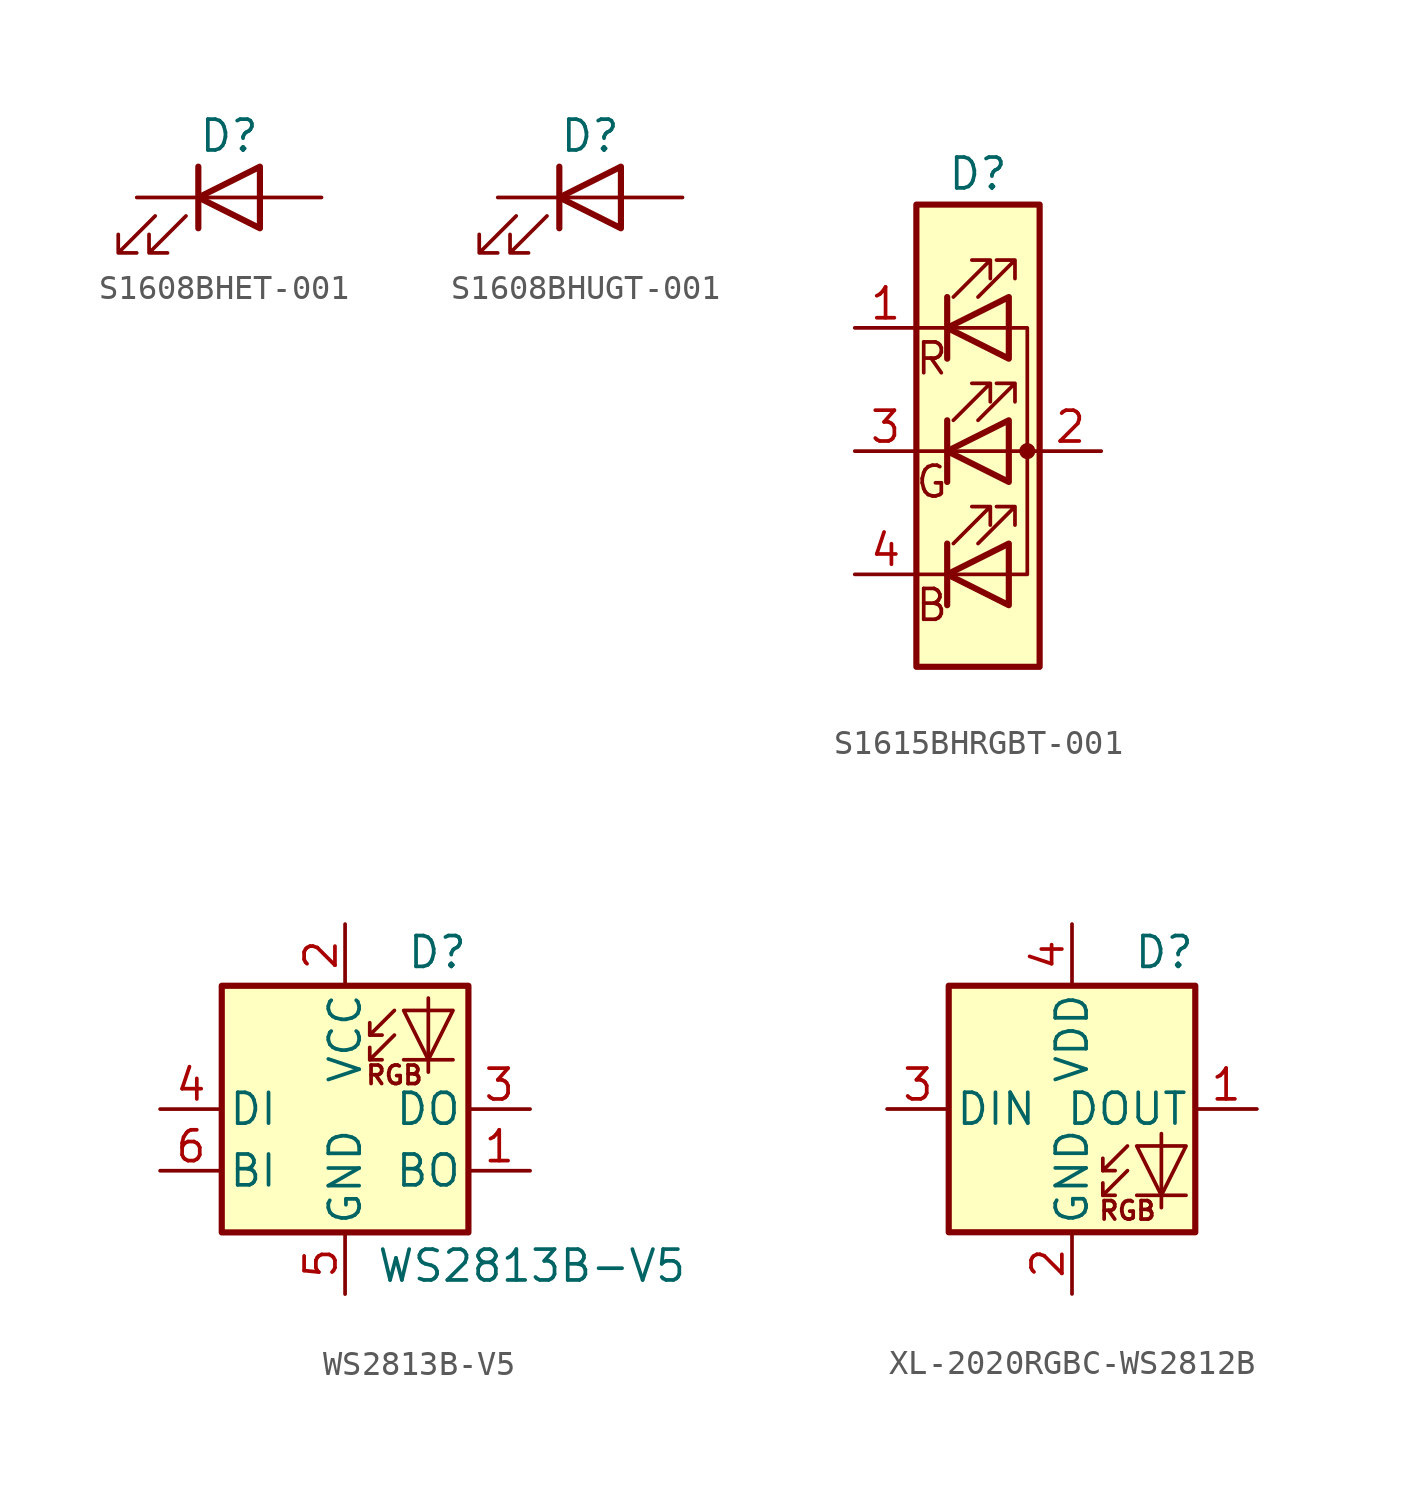
<source format=kicad_sym>
(kicad_symbol_lib
  (version 20231120)
  (generator "kicad_symbol_editor")
  (generator_version "8.0")
  (symbol "S1608BHET-001"
    (pin_numbers hide)
    (pin_names
      (offset 1.016) hide)
    (property "Reference" "D"
      (at 0 2.54 0)
      (effects (font (size 1.27 1.27))))
    (symbol "S1608BHET-001_0_1"
      (polyline (pts (xy -1.27 -1.27) (xy -1.27 1.27)) (stroke (width 0.254) (type default)) (fill (type none)))
      (polyline (pts (xy -1.27 0) (xy 1.27 0)) (stroke (width 0) (type default)) (fill (type none)))
      (polyline (pts (xy 1.27 -1.27) (xy 1.27 1.27) (xy -1.27 0) (xy 1.27 -1.27)) (stroke (width 0.254) (type default)) (fill (type none)))
      (polyline (pts (xy -3.048 -0.762) (xy -4.572 -2.286) (xy -3.81 -2.286) (xy -4.572 -2.286) (xy -4.572 -1.524)) (stroke (width 0) (type default)) (fill (type none)))
      (polyline (pts (xy -1.778 -0.762) (xy -3.302 -2.286) (xy -2.54 -2.286) (xy -3.302 -2.286) (xy -3.302 -1.524)) (stroke (width 0) (type default)) (fill (type none))))
    (symbol "S1608BHET-001_1_1"
      (pin passive line (at -3.81 0 0) (length 2.54) (name "K" (effects (font (size 1.27 1.27)))) (number "1" (effects (font (size 1.27 1.27)))))
      (pin passive line (at 3.81 0 180) (length 2.54) (name "A" (effects (font (size 1.27 1.27)))) (number "2" (effects (font (size 1.27 1.27)))))))
  (symbol "S1608BHUGT-001"
    (pin_numbers hide)
    (pin_names
      (offset 1.016) hide)
    (property "Reference" "D"
      (at 0 2.54 0)
      (effects (font (size 1.27 1.27))))
    (symbol "S1608BHUGT-001_0_1"
      (polyline (pts (xy -1.27 -1.27) (xy -1.27 1.27)) (stroke (width 0.254) (type default)) (fill (type none)))
      (polyline (pts (xy -1.27 0) (xy 1.27 0)) (stroke (width 0) (type default)) (fill (type none)))
      (polyline (pts (xy 1.27 -1.27) (xy 1.27 1.27) (xy -1.27 0) (xy 1.27 -1.27)) (stroke (width 0.254) (type default)) (fill (type none)))
      (polyline (pts (xy -3.048 -0.762) (xy -4.572 -2.286) (xy -3.81 -2.286) (xy -4.572 -2.286) (xy -4.572 -1.524)) (stroke (width 0) (type default)) (fill (type none)))
      (polyline (pts (xy -1.778 -0.762) (xy -3.302 -2.286) (xy -2.54 -2.286) (xy -3.302 -2.286) (xy -3.302 -1.524)) (stroke (width 0) (type default)) (fill (type none))))
    (symbol "S1608BHUGT-001_1_1"
      (pin passive line (at -3.81 0 0) (length 2.54) (name "K" (effects (font (size 1.27 1.27)))) (number "1" (effects (font (size 1.27 1.27)))))
      (pin passive line (at 3.81 0 180) (length 2.54) (name "A" (effects (font (size 1.27 1.27)))) (number "2" (effects (font (size 1.27 1.27)))))))
  (symbol "S1615BHRGBT-001"
    (pin_names
      (offset 0) hide)
    (property "Reference" "D"
      (at 0 11.43 0)
      (effects (font (size 1.27 1.27))))
    (symbol "S1615BHRGBT-001_0_0"
      (text "B" (at -1.905 -6.35 0) (effects (font (size 1.27 1.27))))
      (text "G" (at -1.905 -1.27 0) (effects (font (size 1.27 1.27))))
      (text "R" (at -1.905 3.81 0) (effects (font (size 1.27 1.27)))))
    (symbol "S1615BHRGBT-001_0_1"
      (polyline (pts (xy -2.54 -5.08) (xy 1.27 -5.08)) (stroke (width 0) (type default)) (fill (type none)))
      (polyline (pts (xy -1.27 -3.81) (xy -1.27 -6.35)) (stroke (width 0.254) (type default)) (fill (type none)))
      (polyline (pts (xy -1.27 1.27) (xy -1.27 -1.27)) (stroke (width 0.254) (type default)) (fill (type none)))
      (polyline (pts (xy -1.27 6.35) (xy -1.27 3.81)) (stroke (width 0.254) (type default)) (fill (type none)))
      (polyline (pts (xy 1.27 5.08) (xy -2.54 5.08)) (stroke (width 0) (type default)) (fill (type none)))
      (polyline (pts (xy 2.54 0) (xy -2.54 0)) (stroke (width 0) (type default)) (fill (type none)))
      (polyline (pts (xy 1.27 -5.08) (xy 2.032 -5.08) (xy 2.032 5.08) (xy 1.27 5.08)) (stroke (width 0) (type default)) (fill (type none)))
      (polyline (pts (xy 1.27 -3.81) (xy 1.27 -6.35) (xy -1.27 -5.08) (xy 1.27 -3.81)) (stroke (width 0.254) (type default)) (fill (type none)))
      (polyline (pts (xy 1.27 1.27) (xy 1.27 -1.27) (xy -1.27 0) (xy 1.27 1.27)) (stroke (width 0.254) (type default)) (fill (type none)))
      (polyline (pts (xy 1.27 6.35) (xy 1.27 3.81) (xy -1.27 5.08) (xy 1.27 6.35)) (stroke (width 0.254) (type default)) (fill (type none)))
      (polyline (pts (xy -1.016 -3.81) (xy 0.508 -2.286) (xy -0.254 -2.286) (xy 0.508 -2.286) (xy 0.508 -3.048)) (stroke (width 0) (type default)) (fill (type none)))
      (polyline (pts (xy -1.016 1.27) (xy 0.508 2.794) (xy -0.254 2.794) (xy 0.508 2.794) (xy 0.508 2.032)) (stroke (width 0) (type default)) (fill (type none)))
      (polyline (pts (xy -1.016 6.35) (xy 0.508 7.874) (xy -0.254 7.874) (xy 0.508 7.874) (xy 0.508 7.112)) (stroke (width 0) (type default)) (fill (type none)))
      (polyline (pts (xy 0 -3.81) (xy 1.524 -2.286) (xy 0.762 -2.286) (xy 1.524 -2.286) (xy 1.524 -3.048)) (stroke (width 0) (type default)) (fill (type none)))
      (polyline (pts (xy 0 1.27) (xy 1.524 2.794) (xy 0.762 2.794) (xy 1.524 2.794) (xy 1.524 2.032)) (stroke (width 0) (type default)) (fill (type none)))
      (polyline (pts (xy 0 6.35) (xy 1.524 7.874) (xy 0.762 7.874) (xy 1.524 7.874) (xy 1.524 7.112)) (stroke (width 0) (type default)) (fill (type none)))
      (rectangle (start 1.27 6.35) (end 1.27 6.35) (stroke (width 0) (type default)) (fill (type none)))
      (circle (center 2.032 0) (radius 0.254) (stroke (width 0) (type default)) (fill (type outline)))
      (rectangle (start 2.54 -8.89) (end -2.54 10.16) (stroke (width 0.254) (type default)) (fill (type background))))
    (symbol "S1615BHRGBT-001_1_1"
      (pin passive line (at -5.08 5.08 0) (length 2.54) (name "RK" (effects (font (size 1.27 1.27)))) (number "1" (effects (font (size 1.27 1.27)))))
      (pin passive line (at 5.08 0 180) (length 2.54) (name "A" (effects (font (size 1.27 1.27)))) (number "2" (effects (font (size 1.27 1.27)))))
      (pin passive line (at -5.08 0 0) (length 2.54) (name "GK" (effects (font (size 1.27 1.27)))) (number "3" (effects (font (size 1.27 1.27)))))
      (pin passive line (at -5.08 -5.08 0) (length 2.54) (name "BK" (effects (font (size 1.27 1.27)))) (number "4" (effects (font (size 1.27 1.27)))))))
  (symbol "WS2813B-V5"
    (pin_names
      (offset 0.254))
    (property "Reference" "D"
      (at 5.08 5.715 0)
      (effects (font (size 1.27 1.27)) (justify right bottom)))
    (property "Value" "WS2813B-V5"
      (at 1.27 -5.715 0)
      (effects (font (size 1.27 1.27)) (justify left top)))
    (symbol "WS2813B-V5_0_0"
      (text "RGB" (at 2.032 1.397 0) (effects (font (size 0.762 0.762)))))
    (symbol "WS2813B-V5_0_1"
      (rectangle (start -5.08 5.08) (end 5.08 -5.08) (stroke (width 0.254) (type default)) (fill (type background)))
      (polyline (pts (xy 1.016 2.032) (xy 1.524 2.032)) (stroke (width 0) (type default)) (fill (type none)))
      (polyline (pts (xy 1.016 3.048) (xy 1.524 3.048)) (stroke (width 0) (type default)) (fill (type none)))
      (polyline (pts (xy 4.445 2.032) (xy 2.413 2.032)) (stroke (width 0) (type default)) (fill (type none)))
      (polyline (pts (xy 2.032 3.048) (xy 1.016 2.032) (xy 1.016 2.54)) (stroke (width 0) (type default)) (fill (type none)))
      (polyline (pts (xy 2.032 4.064) (xy 1.016 3.048) (xy 1.016 3.556)) (stroke (width 0) (type default)) (fill (type none)))
      (polyline (pts (xy 3.429 4.572) (xy 3.429 2.032) (xy 3.429 1.524)) (stroke (width 0) (type default)) (fill (type none)))
      (polyline (pts (xy 4.445 4.064) (xy 2.413 4.064) (xy 3.429 2.032) (xy 4.445 4.064)) (stroke (width 0) (type default)) (fill (type none))))
    (symbol "WS2813B-V5_1_1"
      (pin output line (at 7.62 -2.54 180) (length 2.54) (name "BO" (effects (font (size 1.27 1.27)))) (number "1" (effects (font (size 1.27 1.27)))))
      (pin power_in line (at 0 7.62 270) (length 2.54) (name "VCC" (effects (font (size 1.27 1.27)))) (number "2" (effects (font (size 1.27 1.27)))))
      (pin output line (at 7.62 0 180) (length 2.54) (name "DO" (effects (font (size 1.27 1.27)))) (number "3" (effects (font (size 1.27 1.27)))))
      (pin input line (at -7.62 0 0) (length 2.54) (name "DI" (effects (font (size 1.27 1.27)))) (number "4" (effects (font (size 1.27 1.27)))))
      (pin power_in line (at 0 -7.62 90) (length 2.54) (name "GND" (effects (font (size 1.27 1.27)))) (number "5" (effects (font (size 1.27 1.27)))))
      (pin input line (at -7.62 -2.54 0) (length 2.54) (name "BI" (effects (font (size 1.27 1.27)))) (number "6" (effects (font (size 1.27 1.27)))))))
  (symbol "XL-2020RGBC-WS2812B"
    (pin_names
      (offset 0.254))
    (property "Reference" "D"
      (at 5.08 5.715 0)
      (effects (font (size 1.27 1.27)) (justify right bottom)))
    (symbol "XL-2020RGBC-WS2812B_0_0"
      (text "RGB" (at 2.286 -4.191 0) (effects (font (size 0.762 0.762)))))
    (symbol "XL-2020RGBC-WS2812B_0_1"
      (polyline (pts (xy 1.27 -3.556) (xy 1.778 -3.556)) (stroke (width 0) (type default)) (fill (type none)))
      (polyline (pts (xy 1.27 -2.54) (xy 1.778 -2.54)) (stroke (width 0) (type default)) (fill (type none)))
      (polyline (pts (xy 4.699 -3.556) (xy 2.667 -3.556)) (stroke (width 0) (type default)) (fill (type none)))
      (polyline (pts (xy 2.286 -2.54) (xy 1.27 -3.556) (xy 1.27 -3.048)) (stroke (width 0) (type default)) (fill (type none)))
      (polyline (pts (xy 2.286 -1.524) (xy 1.27 -2.54) (xy 1.27 -2.032)) (stroke (width 0) (type default)) (fill (type none)))
      (polyline (pts (xy 3.683 -1.016) (xy 3.683 -3.556) (xy 3.683 -4.064)) (stroke (width 0) (type default)) (fill (type none)))
      (polyline (pts (xy 4.699 -1.524) (xy 2.667 -1.524) (xy 3.683 -3.556) (xy 4.699 -1.524)) (stroke (width 0) (type default)) (fill (type none)))
      (rectangle (start 5.08 5.08) (end -5.08 -5.08) (stroke (width 0.254) (type default)) (fill (type background))))
    (symbol "XL-2020RGBC-WS2812B_1_1"
      (pin output line (at 7.62 0 180) (length 2.54) (name "DOUT" (effects (font (size 1.27 1.27)))) (number "1" (effects (font (size 1.27 1.27)))))
      (pin power_in line (at 0 -7.62 90) (length 2.54) (name "GND" (effects (font (size 1.27 1.27)))) (number "2" (effects (font (size 1.27 1.27)))))
      (pin input line (at -7.62 0 0) (length 2.54) (name "DIN" (effects (font (size 1.27 1.27)))) (number "3" (effects (font (size 1.27 1.27)))))
      (pin power_in line (at 0 7.62 270) (length 2.54) (name "VDD" (effects (font (size 1.27 1.27)))) (number "4" (effects (font (size 1.27 1.27))))))))
</source>
